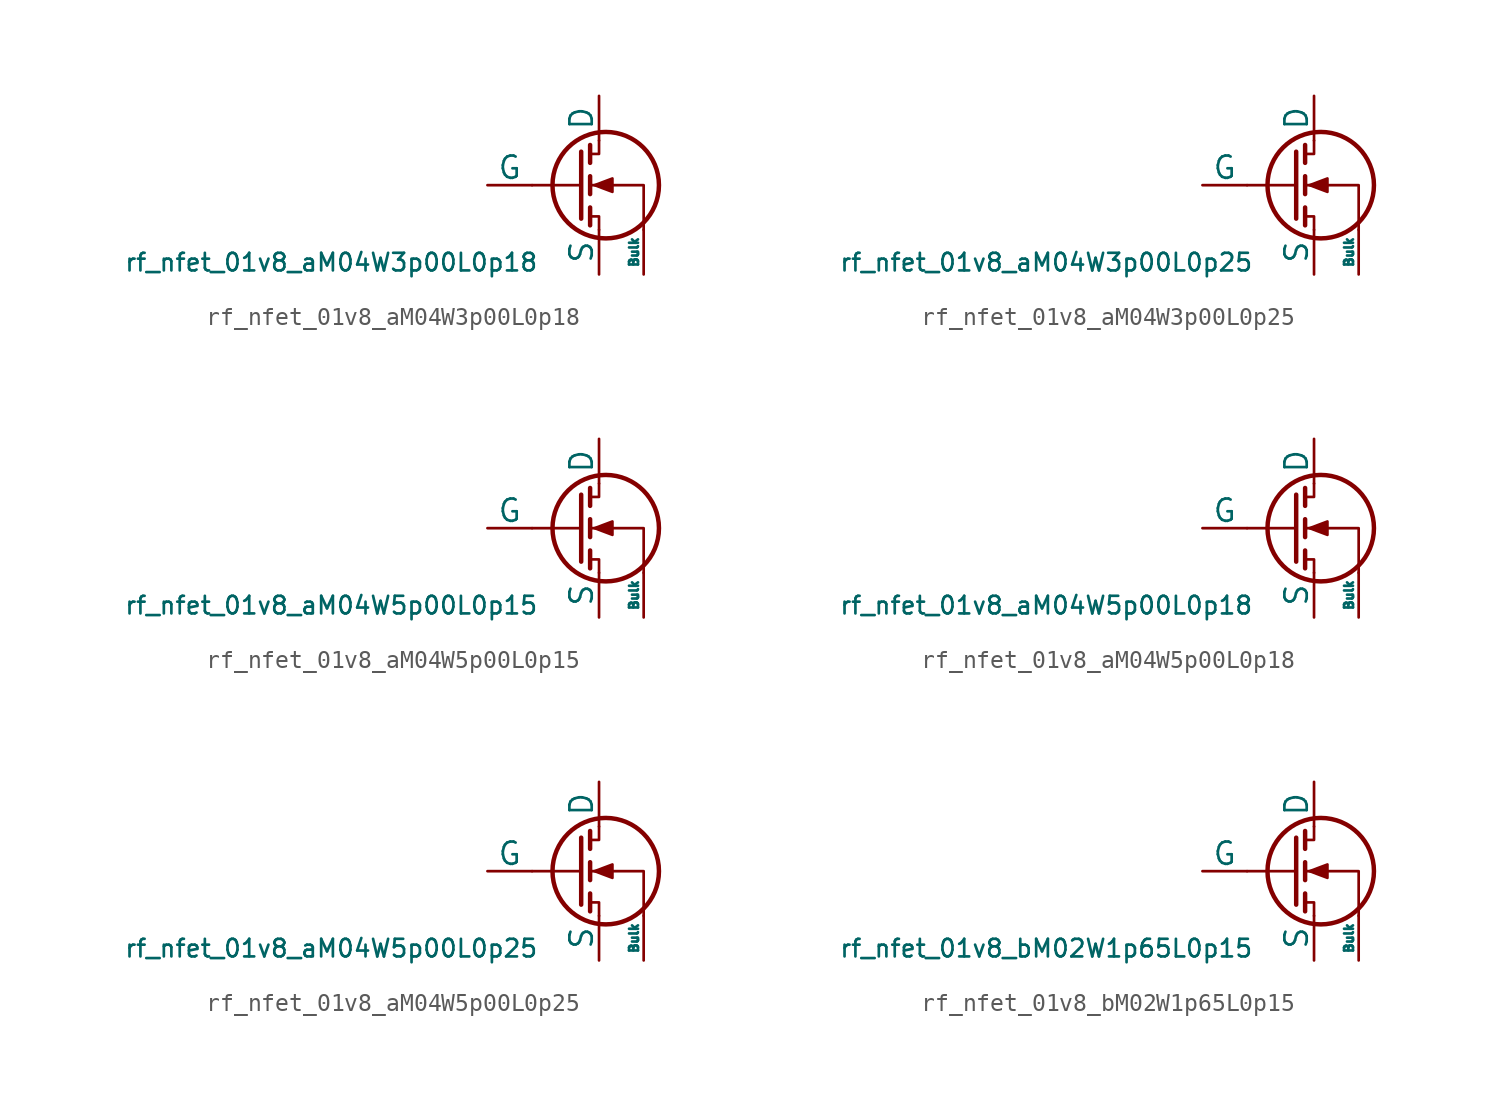
<source format=kicad_sym>
(kicad_symbol_lib
  (version 20211014)
  (generator pdk2kicad)
  (symbol "rf_nfet_01v8_aM04W3p00L0p18"
    (pin_numbers hide)
    (pin_names
      (offset 0))
    (property "Reference" "Q"
      (at 0 0 0)
      (effects (font (size 1 1)) hide))
    (property "Value" "rf_nfet_01v8_aM04W3p00L0p18"
      (at -12.7 -3.81 0)
      (effects (font (size 1 1)) (justify top)))
    (polyline
      (pts (xy 1.524 0) (xy -1.27 0))
      (stroke (width 0) (type default))
      (fill (type none)))
    (polyline
      (pts (xy 1.524 1.905) (xy 1.524 -1.905))
      (stroke (width 0.254) (type default))
      (fill (type none)))
    (polyline
      (pts (xy 2.032 -1.27) (xy 2.032 -2.286))
      (stroke (width 0.254) (type default))
      (fill (type none)))
    (polyline
      (pts (xy 2.032 0.508) (xy 2.032 -0.508))
      (stroke (width 0.254) (type default))
      (fill (type none)))
    (polyline
      (pts (xy 2.032 2.286) (xy 2.032 1.27))
      (stroke (width 0.254) (type default))
      (fill (type none)))
    (polyline
      (pts (xy 2.032 1.778) (xy 2.54 1.778) (xy 2.54 2.54))
      (stroke (width 0) (type default))
      (fill (type none)))
    (polyline
      (pts (xy 2.54 -2.54) (xy 2.54 -1.778) (xy 2.032 -1.778))
      (stroke (width 0) (type default))
      (fill (type none)))
    (polyline
      (pts (xy 5.08 -2.54) (xy 5.08 0) (xy 2.032 0))
      (stroke (width 0) (type default))
      (fill (type none)))
    (polyline
      (pts (xy 2.286 0) (xy 3.302 0.381) (xy 3.302 -0.381) (xy 2.286 0))
      (stroke (width 0) (type default))
      (fill (type outline)))
    (circle
      (center 2.921 0)
      (radius 3.029)
      (stroke (width 0.254) (type default))
      (fill (type none)))
    (pin passive line
      (at 2.54 5.08 270)
      (length 2.54)
      (name "D" (effects (font (size 1.27 1.27))))
      (number "1" (effects (font (size 1.27 1.27)))))
    (pin input line
      (at -3.81 0 0)
      (length 2.54)
      (name "G" (effects (font (size 1.27 1.27))))
      (number "2" (effects (font (size 1.27 1.27)))))
    (pin passive line
      (at 2.54 -5.08 90)
      (length 2.54)
      (name "S" (effects (font (size 1.27 1.27))))
      (number "3" (effects (font (size 1.27 1.27)))))
    (pin input line
      (at 5.08 -5.08 90)
      (length 2.54)
      (name "Bulk" (effects (font (size 0.508 0.508))))
      (number "4" (effects (font (size 1.27 1.27))))))
  (symbol "rf_nfet_01v8_aM04W3p00L0p25"
    (pin_numbers hide)
    (pin_names
      (offset 0))
    (property "Reference" "Q"
      (at 0 0 0)
      (effects (font (size 1 1)) hide))
    (property "Value" "rf_nfet_01v8_aM04W3p00L0p25"
      (at -12.7 -3.81 0)
      (effects (font (size 1 1)) (justify top)))
    (polyline
      (pts (xy 1.524 0) (xy -1.27 0))
      (stroke (width 0) (type default))
      (fill (type none)))
    (polyline
      (pts (xy 1.524 1.905) (xy 1.524 -1.905))
      (stroke (width 0.254) (type default))
      (fill (type none)))
    (polyline
      (pts (xy 2.032 -1.27) (xy 2.032 -2.286))
      (stroke (width 0.254) (type default))
      (fill (type none)))
    (polyline
      (pts (xy 2.032 0.508) (xy 2.032 -0.508))
      (stroke (width 0.254) (type default))
      (fill (type none)))
    (polyline
      (pts (xy 2.032 2.286) (xy 2.032 1.27))
      (stroke (width 0.254) (type default))
      (fill (type none)))
    (polyline
      (pts (xy 2.032 1.778) (xy 2.54 1.778) (xy 2.54 2.54))
      (stroke (width 0) (type default))
      (fill (type none)))
    (polyline
      (pts (xy 2.54 -2.54) (xy 2.54 -1.778) (xy 2.032 -1.778))
      (stroke (width 0) (type default))
      (fill (type none)))
    (polyline
      (pts (xy 5.08 -2.54) (xy 5.08 0) (xy 2.032 0))
      (stroke (width 0) (type default))
      (fill (type none)))
    (polyline
      (pts (xy 2.286 0) (xy 3.302 0.381) (xy 3.302 -0.381) (xy 2.286 0))
      (stroke (width 0) (type default))
      (fill (type outline)))
    (circle
      (center 2.921 0)
      (radius 3.029)
      (stroke (width 0.254) (type default))
      (fill (type none)))
    (pin passive line
      (at 2.54 5.08 270)
      (length 2.54)
      (name "D" (effects (font (size 1.27 1.27))))
      (number "1" (effects (font (size 1.27 1.27)))))
    (pin input line
      (at -3.81 0 0)
      (length 2.54)
      (name "G" (effects (font (size 1.27 1.27))))
      (number "2" (effects (font (size 1.27 1.27)))))
    (pin passive line
      (at 2.54 -5.08 90)
      (length 2.54)
      (name "S" (effects (font (size 1.27 1.27))))
      (number "3" (effects (font (size 1.27 1.27)))))
    (pin input line
      (at 5.08 -5.08 90)
      (length 2.54)
      (name "Bulk" (effects (font (size 0.508 0.508))))
      (number "4" (effects (font (size 1.27 1.27))))))
  (symbol "rf_nfet_01v8_aM04W5p00L0p15"
    (pin_numbers hide)
    (pin_names
      (offset 0))
    (property "Reference" "Q"
      (at 0 0 0)
      (effects (font (size 1 1)) hide))
    (property "Value" "rf_nfet_01v8_aM04W5p00L0p15"
      (at -12.7 -3.81 0)
      (effects (font (size 1 1)) (justify top)))
    (polyline
      (pts (xy 1.524 0) (xy -1.27 0))
      (stroke (width 0) (type default))
      (fill (type none)))
    (polyline
      (pts (xy 1.524 1.905) (xy 1.524 -1.905))
      (stroke (width 0.254) (type default))
      (fill (type none)))
    (polyline
      (pts (xy 2.032 -1.27) (xy 2.032 -2.286))
      (stroke (width 0.254) (type default))
      (fill (type none)))
    (polyline
      (pts (xy 2.032 0.508) (xy 2.032 -0.508))
      (stroke (width 0.254) (type default))
      (fill (type none)))
    (polyline
      (pts (xy 2.032 2.286) (xy 2.032 1.27))
      (stroke (width 0.254) (type default))
      (fill (type none)))
    (polyline
      (pts (xy 2.032 1.778) (xy 2.54 1.778) (xy 2.54 2.54))
      (stroke (width 0) (type default))
      (fill (type none)))
    (polyline
      (pts (xy 2.54 -2.54) (xy 2.54 -1.778) (xy 2.032 -1.778))
      (stroke (width 0) (type default))
      (fill (type none)))
    (polyline
      (pts (xy 5.08 -2.54) (xy 5.08 0) (xy 2.032 0))
      (stroke (width 0) (type default))
      (fill (type none)))
    (polyline
      (pts (xy 2.286 0) (xy 3.302 0.381) (xy 3.302 -0.381) (xy 2.286 0))
      (stroke (width 0) (type default))
      (fill (type outline)))
    (circle
      (center 2.921 0)
      (radius 3.029)
      (stroke (width 0.254) (type default))
      (fill (type none)))
    (pin passive line
      (at 2.54 5.08 270)
      (length 2.54)
      (name "D" (effects (font (size 1.27 1.27))))
      (number "1" (effects (font (size 1.27 1.27)))))
    (pin input line
      (at -3.81 0 0)
      (length 2.54)
      (name "G" (effects (font (size 1.27 1.27))))
      (number "2" (effects (font (size 1.27 1.27)))))
    (pin passive line
      (at 2.54 -5.08 90)
      (length 2.54)
      (name "S" (effects (font (size 1.27 1.27))))
      (number "3" (effects (font (size 1.27 1.27)))))
    (pin input line
      (at 5.08 -5.08 90)
      (length 2.54)
      (name "Bulk" (effects (font (size 0.508 0.508))))
      (number "4" (effects (font (size 1.27 1.27))))))
  (symbol "rf_nfet_01v8_aM04W5p00L0p18"
    (pin_numbers hide)
    (pin_names
      (offset 0))
    (property "Reference" "Q"
      (at 0 0 0)
      (effects (font (size 1 1)) hide))
    (property "Value" "rf_nfet_01v8_aM04W5p00L0p18"
      (at -12.7 -3.81 0)
      (effects (font (size 1 1)) (justify top)))
    (polyline
      (pts (xy 1.524 0) (xy -1.27 0))
      (stroke (width 0) (type default))
      (fill (type none)))
    (polyline
      (pts (xy 1.524 1.905) (xy 1.524 -1.905))
      (stroke (width 0.254) (type default))
      (fill (type none)))
    (polyline
      (pts (xy 2.032 -1.27) (xy 2.032 -2.286))
      (stroke (width 0.254) (type default))
      (fill (type none)))
    (polyline
      (pts (xy 2.032 0.508) (xy 2.032 -0.508))
      (stroke (width 0.254) (type default))
      (fill (type none)))
    (polyline
      (pts (xy 2.032 2.286) (xy 2.032 1.27))
      (stroke (width 0.254) (type default))
      (fill (type none)))
    (polyline
      (pts (xy 2.032 1.778) (xy 2.54 1.778) (xy 2.54 2.54))
      (stroke (width 0) (type default))
      (fill (type none)))
    (polyline
      (pts (xy 2.54 -2.54) (xy 2.54 -1.778) (xy 2.032 -1.778))
      (stroke (width 0) (type default))
      (fill (type none)))
    (polyline
      (pts (xy 5.08 -2.54) (xy 5.08 0) (xy 2.032 0))
      (stroke (width 0) (type default))
      (fill (type none)))
    (polyline
      (pts (xy 2.286 0) (xy 3.302 0.381) (xy 3.302 -0.381) (xy 2.286 0))
      (stroke (width 0) (type default))
      (fill (type outline)))
    (circle
      (center 2.921 0)
      (radius 3.029)
      (stroke (width 0.254) (type default))
      (fill (type none)))
    (pin passive line
      (at 2.54 5.08 270)
      (length 2.54)
      (name "D" (effects (font (size 1.27 1.27))))
      (number "1" (effects (font (size 1.27 1.27)))))
    (pin input line
      (at -3.81 0 0)
      (length 2.54)
      (name "G" (effects (font (size 1.27 1.27))))
      (number "2" (effects (font (size 1.27 1.27)))))
    (pin passive line
      (at 2.54 -5.08 90)
      (length 2.54)
      (name "S" (effects (font (size 1.27 1.27))))
      (number "3" (effects (font (size 1.27 1.27)))))
    (pin input line
      (at 5.08 -5.08 90)
      (length 2.54)
      (name "Bulk" (effects (font (size 0.508 0.508))))
      (number "4" (effects (font (size 1.27 1.27))))))
  (symbol "rf_nfet_01v8_aM04W5p00L0p25"
    (pin_numbers hide)
    (pin_names
      (offset 0))
    (property "Reference" "Q"
      (at 0 0 0)
      (effects (font (size 1 1)) hide))
    (property "Value" "rf_nfet_01v8_aM04W5p00L0p25"
      (at -12.7 -3.81 0)
      (effects (font (size 1 1)) (justify top)))
    (polyline
      (pts (xy 1.524 0) (xy -1.27 0))
      (stroke (width 0) (type default))
      (fill (type none)))
    (polyline
      (pts (xy 1.524 1.905) (xy 1.524 -1.905))
      (stroke (width 0.254) (type default))
      (fill (type none)))
    (polyline
      (pts (xy 2.032 -1.27) (xy 2.032 -2.286))
      (stroke (width 0.254) (type default))
      (fill (type none)))
    (polyline
      (pts (xy 2.032 0.508) (xy 2.032 -0.508))
      (stroke (width 0.254) (type default))
      (fill (type none)))
    (polyline
      (pts (xy 2.032 2.286) (xy 2.032 1.27))
      (stroke (width 0.254) (type default))
      (fill (type none)))
    (polyline
      (pts (xy 2.032 1.778) (xy 2.54 1.778) (xy 2.54 2.54))
      (stroke (width 0) (type default))
      (fill (type none)))
    (polyline
      (pts (xy 2.54 -2.54) (xy 2.54 -1.778) (xy 2.032 -1.778))
      (stroke (width 0) (type default))
      (fill (type none)))
    (polyline
      (pts (xy 5.08 -2.54) (xy 5.08 0) (xy 2.032 0))
      (stroke (width 0) (type default))
      (fill (type none)))
    (polyline
      (pts (xy 2.286 0) (xy 3.302 0.381) (xy 3.302 -0.381) (xy 2.286 0))
      (stroke (width 0) (type default))
      (fill (type outline)))
    (circle
      (center 2.921 0)
      (radius 3.029)
      (stroke (width 0.254) (type default))
      (fill (type none)))
    (pin passive line
      (at 2.54 5.08 270)
      (length 2.54)
      (name "D" (effects (font (size 1.27 1.27))))
      (number "1" (effects (font (size 1.27 1.27)))))
    (pin input line
      (at -3.81 0 0)
      (length 2.54)
      (name "G" (effects (font (size 1.27 1.27))))
      (number "2" (effects (font (size 1.27 1.27)))))
    (pin passive line
      (at 2.54 -5.08 90)
      (length 2.54)
      (name "S" (effects (font (size 1.27 1.27))))
      (number "3" (effects (font (size 1.27 1.27)))))
    (pin input line
      (at 5.08 -5.08 90)
      (length 2.54)
      (name "Bulk" (effects (font (size 0.508 0.508))))
      (number "4" (effects (font (size 1.27 1.27))))))
  (symbol "rf_nfet_01v8_bM02W1p65L0p15"
    (pin_numbers hide)
    (pin_names
      (offset 0))
    (property "Reference" "Q"
      (at 0 0 0)
      (effects (font (size 1 1)) hide))
    (property "Value" "rf_nfet_01v8_bM02W1p65L0p15"
      (at -12.7 -3.81 0)
      (effects (font (size 1 1)) (justify top)))
    (polyline
      (pts (xy 1.524 0) (xy -1.27 0))
      (stroke (width 0) (type default))
      (fill (type none)))
    (polyline
      (pts (xy 1.524 1.905) (xy 1.524 -1.905))
      (stroke (width 0.254) (type default))
      (fill (type none)))
    (polyline
      (pts (xy 2.032 -1.27) (xy 2.032 -2.286))
      (stroke (width 0.254) (type default))
      (fill (type none)))
    (polyline
      (pts (xy 2.032 0.508) (xy 2.032 -0.508))
      (stroke (width 0.254) (type default))
      (fill (type none)))
    (polyline
      (pts (xy 2.032 2.286) (xy 2.032 1.27))
      (stroke (width 0.254) (type default))
      (fill (type none)))
    (polyline
      (pts (xy 2.032 1.778) (xy 2.54 1.778) (xy 2.54 2.54))
      (stroke (width 0) (type default))
      (fill (type none)))
    (polyline
      (pts (xy 2.54 -2.54) (xy 2.54 -1.778) (xy 2.032 -1.778))
      (stroke (width 0) (type default))
      (fill (type none)))
    (polyline
      (pts (xy 5.08 -2.54) (xy 5.08 0) (xy 2.032 0))
      (stroke (width 0) (type default))
      (fill (type none)))
    (polyline
      (pts (xy 2.286 0) (xy 3.302 0.381) (xy 3.302 -0.381) (xy 2.286 0))
      (stroke (width 0) (type default))
      (fill (type outline)))
    (circle
      (center 2.921 0)
      (radius 3.029)
      (stroke (width 0.254) (type default))
      (fill (type none)))
    (pin passive line
      (at 2.54 5.08 270)
      (length 2.54)
      (name "D" (effects (font (size 1.27 1.27))))
      (number "1" (effects (font (size 1.27 1.27)))))
    (pin input line
      (at -3.81 0 0)
      (length 2.54)
      (name "G" (effects (font (size 1.27 1.27))))
      (number "2" (effects (font (size 1.27 1.27)))))
    (pin passive line
      (at 2.54 -5.08 90)
      (length 2.54)
      (name "S" (effects (font (size 1.27 1.27))))
      (number "3" (effects (font (size 1.27 1.27)))))
    (pin input line
      (at 5.08 -5.08 90)
      (length 2.54)
      (name "Bulk" (effects (font (size 0.508 0.508))))
      (number "4" (effects (font (size 1.27 1.27)))))))
</source>
